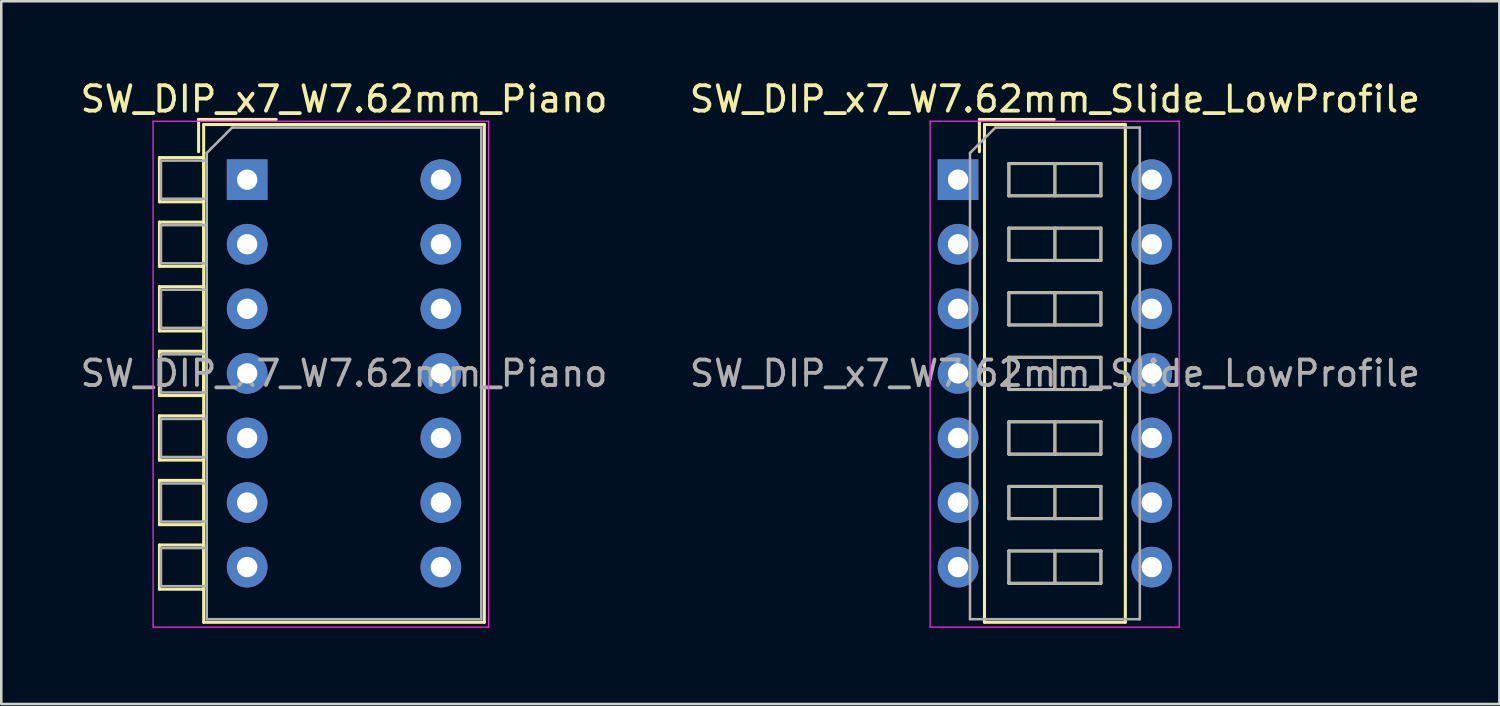
<source format=kicad_pcb>
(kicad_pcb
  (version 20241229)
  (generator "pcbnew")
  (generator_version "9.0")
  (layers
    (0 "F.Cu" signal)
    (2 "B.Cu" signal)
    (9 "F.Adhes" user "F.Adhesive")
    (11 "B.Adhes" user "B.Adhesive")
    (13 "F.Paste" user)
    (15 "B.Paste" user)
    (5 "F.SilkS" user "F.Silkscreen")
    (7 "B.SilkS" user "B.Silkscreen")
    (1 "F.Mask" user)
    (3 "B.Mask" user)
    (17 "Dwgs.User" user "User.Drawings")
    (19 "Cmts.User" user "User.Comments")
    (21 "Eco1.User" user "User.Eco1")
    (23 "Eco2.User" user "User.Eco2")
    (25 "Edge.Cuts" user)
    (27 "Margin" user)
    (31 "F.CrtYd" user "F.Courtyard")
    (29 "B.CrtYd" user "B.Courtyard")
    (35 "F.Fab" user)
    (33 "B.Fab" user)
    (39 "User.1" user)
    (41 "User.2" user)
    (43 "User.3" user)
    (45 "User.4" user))
  (footprint "SW_DIP_x7_W7.62mm_Slide_LowProfile"
    (layer "F.Cu")
    (at 34.636 4.018)
    (property "Reference" "SW_DIP_x7_W7.62mm_Slide_LowProfile" (at 3.81 -3.17 0) (layer "F.SilkS") (effects (font (size 1 1) (thickness 0.15))))
    (attr through_hole)
    (fp_line (start 0.84 -2.37) (end 0.84 -1.1) (stroke (width 0.12) (type solid)) (layer "F.SilkS"))
    (fp_line (start 0.84 -2.37) (end 3.78 -2.37) (stroke (width 0.12) (type solid)) (layer "F.SilkS"))
    (fp_line (start 1.04 -2.17) (end 6.58 -2.17) (stroke (width 0.12) (type solid)) (layer "F.SilkS"))
    (fp_line (start 1.04 17.41) (end 1.04 -2.17) (stroke (width 0.12) (type solid)) (layer "F.SilkS"))
    (fp_line (start 2 -0.635) (end 2 0.635) (stroke (width 0.12) (type solid)) (layer "F.SilkS"))
    (fp_line (start 2 0.635) (end 5.62 0.635) (stroke (width 0.12) (type solid)) (layer "F.SilkS"))
    (fp_line (start 2 1.905) (end 2 3.175) (stroke (width 0.12) (type solid)) (layer "F.SilkS"))
    (fp_line (start 2 3.175) (end 5.62 3.175) (stroke (width 0.12) (type solid)) (layer "F.SilkS"))
    (fp_line (start 2 4.445) (end 2 5.715) (stroke (width 0.12) (type solid)) (layer "F.SilkS"))
    (fp_line (start 2 5.715) (end 5.62 5.715) (stroke (width 0.12) (type solid)) (layer "F.SilkS"))
    (fp_line (start 2 6.985) (end 2 8.255) (stroke (width 0.12) (type solid)) (layer "F.SilkS"))
    (fp_line (start 2 8.255) (end 5.62 8.255) (stroke (width 0.12) (type solid)) (layer "F.SilkS"))
    (fp_line (start 2 9.525) (end 2 10.795) (stroke (width 0.12) (type solid)) (layer "F.SilkS"))
    (fp_line (start 2 10.795) (end 5.62 10.795) (stroke (width 0.12) (type solid)) (layer "F.SilkS"))
    (fp_line (start 2 12.065) (end 2 13.335) (stroke (width 0.12) (type solid)) (layer "F.SilkS"))
    (fp_line (start 2 13.335) (end 5.62 13.335) (stroke (width 0.12) (type solid)) (layer "F.SilkS"))
    (fp_line (start 2 14.605) (end 2 15.875) (stroke (width 0.12) (type solid)) (layer "F.SilkS"))
    (fp_line (start 2 15.875) (end 5.62 15.875) (stroke (width 0.12) (type solid)) (layer "F.SilkS"))
    (fp_line (start 3.81 -0.635) (end 3.81 0.635) (stroke (width 0.12) (type solid)) (layer "F.SilkS"))
    (fp_line (start 3.81 1.905) (end 3.81 3.175) (stroke (width 0.12) (type solid)) (layer "F.SilkS"))
    (fp_line (start 3.81 4.445) (end 3.81 5.715) (stroke (width 0.12) (type solid)) (layer "F.SilkS"))
    (fp_line (start 3.81 6.985) (end 3.81 8.255) (stroke (width 0.12) (type solid)) (layer "F.SilkS"))
    (fp_line (start 3.81 9.525) (end 3.81 10.795) (stroke (width 0.12) (type solid)) (layer "F.SilkS"))
    (fp_line (start 3.81 12.065) (end 3.81 13.335) (stroke (width 0.12) (type solid)) (layer "F.SilkS"))
    (fp_line (start 3.81 14.605) (end 3.81 15.875) (stroke (width 0.12) (type solid)) (layer "F.SilkS"))
    (fp_line (start 5.62 -0.635) (end 2 -0.635) (stroke (width 0.12) (type solid)) (layer "F.SilkS"))
    (fp_line (start 5.62 0.635) (end 5.62 -0.635) (stroke (width 0.12) (type solid)) (layer "F.SilkS"))
    (fp_line (start 5.62 1.905) (end 2 1.905) (stroke (width 0.12) (type solid)) (layer "F.SilkS"))
    (fp_line (start 5.62 3.175) (end 5.62 1.905) (stroke (width 0.12) (type solid)) (layer "F.SilkS"))
    (fp_line (start 5.62 4.445) (end 2 4.445) (stroke (width 0.12) (type solid)) (layer "F.SilkS"))
    (fp_line (start 5.62 5.715) (end 5.62 4.445) (stroke (width 0.12) (type solid)) (layer "F.SilkS"))
    (fp_line (start 5.62 6.985) (end 2 6.985) (stroke (width 0.12) (type solid)) (layer "F.SilkS"))
    (fp_line (start 5.62 8.255) (end 5.62 6.985) (stroke (width 0.12) (type solid)) (layer "F.SilkS"))
    (fp_line (start 5.62 9.525) (end 2 9.525) (stroke (width 0.12) (type solid)) (layer "F.SilkS"))
    (fp_line (start 5.62 10.795) (end 5.62 9.525) (stroke (width 0.12) (type solid)) (layer "F.SilkS"))
    (fp_line (start 5.62 12.065) (end 2 12.065) (stroke (width 0.12) (type solid)) (layer "F.SilkS"))
    (fp_line (start 5.62 13.335) (end 5.62 12.065) (stroke (width 0.12) (type solid)) (layer "F.SilkS"))
    (fp_line (start 5.62 14.605) (end 2 14.605) (stroke (width 0.12) (type solid)) (layer "F.SilkS"))
    (fp_line (start 5.62 15.875) (end 5.62 14.605) (stroke (width 0.12) (type solid)) (layer "F.SilkS"))
    (fp_line (start 6.58 -2.17) (end 6.58 17.41) (stroke (width 0.12) (type solid)) (layer "F.SilkS"))
    (fp_line (start 6.58 17.41) (end 1.04 17.41) (stroke (width 0.12) (type solid)) (layer "F.SilkS"))
    (fp_line (start -1.1 -2.3) (end -1.1 17.6) (stroke (width 0.05) (type solid)) (layer "F.CrtYd"))
    (fp_line (start -1.1 17.6) (end 8.7 17.6) (stroke (width 0.05) (type solid)) (layer "F.CrtYd"))
    (fp_line (start 8.7 -2.3) (end -1.1 -2.3) (stroke (width 0.05) (type solid)) (layer "F.CrtYd"))
    (fp_line (start 8.7 17.6) (end 8.7 -2.3) (stroke (width 0.05) (type solid)) (layer "F.CrtYd"))
    (fp_line (start 0.47 -1.05) (end 1.47 -2.05) (stroke (width 0.1) (type solid)) (layer "F.Fab"))
    (fp_line (start 0.47 17.29) (end 0.47 -1.05) (stroke (width 0.1) (type solid)) (layer "F.Fab"))
    (fp_line (start 1.47 -2.05) (end 7.15 -2.05) (stroke (width 0.1) (type solid)) (layer "F.Fab"))
    (fp_line (start 2 -0.635) (end 2 0.635) (stroke (width 0.1) (type solid)) (layer "F.Fab"))
    (fp_line (start 2 0.635) (end 5.62 0.635) (stroke (width 0.1) (type solid)) (layer "F.Fab"))
    (fp_line (start 2 1.905) (end 2 3.175) (stroke (width 0.1) (type solid)) (layer "F.Fab"))
    (fp_line (start 2 3.175) (end 5.62 3.175) (stroke (width 0.1) (type solid)) (layer "F.Fab"))
    (fp_line (start 2 4.445) (end 2 5.715) (stroke (width 0.1) (type solid)) (layer "F.Fab"))
    (fp_line (start 2 5.715) (end 5.62 5.715) (stroke (width 0.1) (type solid)) (layer "F.Fab"))
    (fp_line (start 2 6.985) (end 2 8.255) (stroke (width 0.1) (type solid)) (layer "F.Fab"))
    (fp_line (start 2 8.255) (end 5.62 8.255) (stroke (width 0.1) (type solid)) (layer "F.Fab"))
    (fp_line (start 2 9.525) (end 2 10.795) (stroke (width 0.1) (type solid)) (layer "F.Fab"))
    (fp_line (start 2 10.795) (end 5.62 10.795) (stroke (width 0.1) (type solid)) (layer "F.Fab"))
    (fp_line (start 2 12.065) (end 2 13.335) (stroke (width 0.1) (type solid)) (layer "F.Fab"))
    (fp_line (start 2 13.335) (end 5.62 13.335) (stroke (width 0.1) (type solid)) (layer "F.Fab"))
    (fp_line (start 2 14.605) (end 2 15.875) (stroke (width 0.1) (type solid)) (layer "F.Fab"))
    (fp_line (start 2 15.875) (end 5.62 15.875) (stroke (width 0.1) (type solid)) (layer "F.Fab"))
    (fp_line (start 3.81 -0.635) (end 3.81 0.635) (stroke (width 0.1) (type solid)) (layer "F.Fab"))
    (fp_line (start 3.81 1.905) (end 3.81 3.175) (stroke (width 0.1) (type solid)) (layer "F.Fab"))
    (fp_line (start 3.81 4.445) (end 3.81 5.715) (stroke (width 0.1) (type solid)) (layer "F.Fab"))
    (fp_line (start 3.81 6.985) (end 3.81 8.255) (stroke (width 0.1) (type solid)) (layer "F.Fab"))
    (fp_line (start 3.81 9.525) (end 3.81 10.795) (stroke (width 0.1) (type solid)) (layer "F.Fab"))
    (fp_line (start 3.81 12.065) (end 3.81 13.335) (stroke (width 0.1) (type solid)) (layer "F.Fab"))
    (fp_line (start 3.81 14.605) (end 3.81 15.875) (stroke (width 0.1) (type solid)) (layer "F.Fab"))
    (fp_line (start 5.62 -0.635) (end 2 -0.635) (stroke (width 0.1) (type solid)) (layer "F.Fab"))
    (fp_line (start 5.62 0.635) (end 5.62 -0.635) (stroke (width 0.1) (type solid)) (layer "F.Fab"))
    (fp_line (start 5.62 1.905) (end 2 1.905) (stroke (width 0.1) (type solid)) (layer "F.Fab"))
    (fp_line (start 5.62 3.175) (end 5.62 1.905) (stroke (width 0.1) (type solid)) (layer "F.Fab"))
    (fp_line (start 5.62 4.445) (end 2 4.445) (stroke (width 0.1) (type solid)) (layer "F.Fab"))
    (fp_line (start 5.62 5.715) (end 5.62 4.445) (stroke (width 0.1) (type solid)) (layer "F.Fab"))
    (fp_line (start 5.62 6.985) (end 2 6.985) (stroke (width 0.1) (type solid)) (layer "F.Fab"))
    (fp_line (start 5.62 8.255) (end 5.62 6.985) (stroke (width 0.1) (type solid)) (layer "F.Fab"))
    (fp_line (start 5.62 9.525) (end 2 9.525) (stroke (width 0.1) (type solid)) (layer "F.Fab"))
    (fp_line (start 5.62 10.795) (end 5.62 9.525) (stroke (width 0.1) (type solid)) (layer "F.Fab"))
    (fp_line (start 5.62 12.065) (end 2 12.065) (stroke (width 0.1) (type solid)) (layer "F.Fab"))
    (fp_line (start 5.62 13.335) (end 5.62 12.065) (stroke (width 0.1) (type solid)) (layer "F.Fab"))
    (fp_line (start 5.62 14.605) (end 2 14.605) (stroke (width 0.1) (type solid)) (layer "F.Fab"))
    (fp_line (start 5.62 15.875) (end 5.62 14.605) (stroke (width 0.1) (type solid)) (layer "F.Fab"))
    (fp_line (start 7.15 -2.05) (end 7.15 17.29) (stroke (width 0.1) (type solid)) (layer "F.Fab"))
    (fp_line (start 7.15 17.29) (end 0.47 17.29) (stroke (width 0.1) (type solid)) (layer "F.Fab"))
    (fp_text user "${REFERENCE}" (at 3.81 7.62 0) (layer "F.Fab") (effects (font (size 1 1) (thickness 0.15))))
    (pad "1" thru_hole rect (at 0 0) (size 1.6 1.6) (drill 0.8) (layers "*.Cu" "*.Mask"))
    (pad "2" thru_hole oval (at 0 2.54) (size 1.6 1.6) (drill 0.8) (layers "*.Cu" "*.Mask"))
    (pad "3" thru_hole oval (at 0 5.08) (size 1.6 1.6) (drill 0.8) (layers "*.Cu" "*.Mask"))
    (pad "4" thru_hole oval (at 0 7.62) (size 1.6 1.6) (drill 0.8) (layers "*.Cu" "*.Mask"))
    (pad "5" thru_hole oval (at 0 10.16) (size 1.6 1.6) (drill 0.8) (layers "*.Cu" "*.Mask"))
    (pad "6" thru_hole oval (at 0 12.7) (size 1.6 1.6) (drill 0.8) (layers "*.Cu" "*.Mask"))
    (pad "7" thru_hole oval (at 0 15.24) (size 1.6 1.6) (drill 0.8) (layers "*.Cu" "*.Mask"))
    (pad "8" thru_hole oval (at 7.62 15.24) (size 1.6 1.6) (drill 0.8) (layers "*.Cu" "*.Mask"))
    (pad "9" thru_hole oval (at 7.62 12.7) (size 1.6 1.6) (drill 0.8) (layers "*.Cu" "*.Mask"))
    (pad "10" thru_hole oval (at 7.62 10.16) (size 1.6 1.6) (drill 0.8) (layers "*.Cu" "*.Mask"))
    (pad "11" thru_hole oval (at 7.62 7.62) (size 1.6 1.6) (drill 0.8) (layers "*.Cu" "*.Mask"))
    (pad "12" thru_hole oval (at 7.62 5.08) (size 1.6 1.6) (drill 0.8) (layers "*.Cu" "*.Mask"))
    (pad "13" thru_hole oval (at 7.62 2.54) (size 1.6 1.6) (drill 0.8) (layers "*.Cu" "*.Mask"))
    (pad "14" thru_hole oval (at 7.62 0) (size 1.6 1.6) (drill 0.8) (layers "*.Cu" "*.Mask")))
  (footprint "SW_DIP_x7_W7.62mm_Piano"
    (layer "F.Cu")
    (at 6.672 4.018)
    (property "Reference" "SW_DIP_x7_W7.62mm_Piano" (at 3.81 -3.17 0) (layer "F.SilkS") (effects (font (size 1 1) (thickness 0.15))))
    (attr through_hole)
    (fp_line (start -3.45 -0.87) (end -3.45 0.87) (stroke (width 0.12) (type solid)) (layer "F.SilkS"))
    (fp_line (start -3.45 0.87) (end -1.71 0.87) (stroke (width 0.12) (type solid)) (layer "F.SilkS"))
    (fp_line (start -3.45 1.67) (end -3.45 3.41) (stroke (width 0.12) (type solid)) (layer "F.SilkS"))
    (fp_line (start -3.45 3.41) (end -1.71 3.41) (stroke (width 0.12) (type solid)) (layer "F.SilkS"))
    (fp_line (start -3.45 4.21) (end -3.45 5.95) (stroke (width 0.12) (type solid)) (layer "F.SilkS"))
    (fp_line (start -3.45 5.95) (end -1.71 5.95) (stroke (width 0.12) (type solid)) (layer "F.SilkS"))
    (fp_line (start -3.45 6.75) (end -3.45 8.49) (stroke (width 0.12) (type solid)) (layer "F.SilkS"))
    (fp_line (start -3.45 8.49) (end -1.71 8.49) (stroke (width 0.12) (type solid)) (layer "F.SilkS"))
    (fp_line (start -3.45 9.29) (end -3.45 11.03) (stroke (width 0.12) (type solid)) (layer "F.SilkS"))
    (fp_line (start -3.45 11.03) (end -1.71 11.03) (stroke (width 0.12) (type solid)) (layer "F.SilkS"))
    (fp_line (start -3.45 11.83) (end -3.45 13.57) (stroke (width 0.12) (type solid)) (layer "F.SilkS"))
    (fp_line (start -3.45 13.57) (end -1.71 13.57) (stroke (width 0.12) (type solid)) (layer "F.SilkS"))
    (fp_line (start -3.45 14.37) (end -3.45 16.11) (stroke (width 0.12) (type solid)) (layer "F.SilkS"))
    (fp_line (start -3.45 16.11) (end -1.71 16.11) (stroke (width 0.12) (type solid)) (layer "F.SilkS"))
    (fp_line (start -1.91 -2.37) (end -1.91 -1.1) (stroke (width 0.12) (type solid)) (layer "F.SilkS"))
    (fp_line (start -1.91 -2.37) (end 1.14 -2.37) (stroke (width 0.12) (type solid)) (layer "F.SilkS"))
    (fp_line (start -1.71 -2.17) (end 9.33 -2.17) (stroke (width 0.12) (type solid)) (layer "F.SilkS"))
    (fp_line (start -1.71 -0.87) (end -3.45 -0.87) (stroke (width 0.12) (type solid)) (layer "F.SilkS"))
    (fp_line (start -1.71 0.87) (end -1.71 -0.87) (stroke (width 0.12) (type solid)) (layer "F.SilkS"))
    (fp_line (start -1.71 1.67) (end -3.45 1.67) (stroke (width 0.12) (type solid)) (layer "F.SilkS"))
    (fp_line (start -1.71 3.41) (end -1.71 1.67) (stroke (width 0.12) (type solid)) (layer "F.SilkS"))
    (fp_line (start -1.71 4.21) (end -3.45 4.21) (stroke (width 0.12) (type solid)) (layer "F.SilkS"))
    (fp_line (start -1.71 5.95) (end -1.71 4.21) (stroke (width 0.12) (type solid)) (layer "F.SilkS"))
    (fp_line (start -1.71 6.75) (end -3.45 6.75) (stroke (width 0.12) (type solid)) (layer "F.SilkS"))
    (fp_line (start -1.71 8.49) (end -1.71 6.75) (stroke (width 0.12) (type solid)) (layer "F.SilkS"))
    (fp_line (start -1.71 9.29) (end -3.45 9.29) (stroke (width 0.12) (type solid)) (layer "F.SilkS"))
    (fp_line (start -1.71 11.03) (end -1.71 9.29) (stroke (width 0.12) (type solid)) (layer "F.SilkS"))
    (fp_line (start -1.71 11.83) (end -3.45 11.83) (stroke (width 0.12) (type solid)) (layer "F.SilkS"))
    (fp_line (start -1.71 13.57) (end -1.71 11.83) (stroke (width 0.12) (type solid)) (layer "F.SilkS"))
    (fp_line (start -1.71 14.37) (end -3.45 14.37) (stroke (width 0.12) (type solid)) (layer "F.SilkS"))
    (fp_line (start -1.71 16.11) (end -1.71 14.37) (stroke (width 0.12) (type solid)) (layer "F.SilkS"))
    (fp_line (start -1.71 17.41) (end -1.71 -2.17) (stroke (width 0.12) (type solid)) (layer "F.SilkS"))
    (fp_line (start 9.33 -2.17) (end 9.33 17.41) (stroke (width 0.12) (type solid)) (layer "F.SilkS"))
    (fp_line (start 9.33 17.41) (end -1.71 17.41) (stroke (width 0.12) (type solid)) (layer "F.SilkS"))
    (fp_line (start -3.7 -2.3) (end -3.7 17.6) (stroke (width 0.05) (type solid)) (layer "F.CrtYd"))
    (fp_line (start -3.7 17.6) (end 9.5 17.6) (stroke (width 0.05) (type solid)) (layer "F.CrtYd"))
    (fp_line (start 9.5 -2.3) (end -3.7 -2.3) (stroke (width 0.05) (type solid)) (layer "F.CrtYd"))
    (fp_line (start 9.5 17.6) (end 9.5 -2.3) (stroke (width 0.05) (type solid)) (layer "F.CrtYd"))
    (fp_line (start -3.39 -0.75) (end -1.59 -0.75) (stroke (width 0.1) (type solid)) (layer "F.Fab"))
    (fp_line (start -3.39 0.75) (end -3.39 -0.75) (stroke (width 0.1) (type solid)) (layer "F.Fab"))
    (fp_line (start -3.39 1.79) (end -1.59 1.79) (stroke (width 0.1) (type solid)) (layer "F.Fab"))
    (fp_line (start -3.39 3.29) (end -3.39 1.79) (stroke (width 0.1) (type solid)) (layer "F.Fab"))
    (fp_line (start -3.39 4.33) (end -1.59 4.33) (stroke (width 0.1) (type solid)) (layer "F.Fab"))
    (fp_line (start -3.39 5.83) (end -3.39 4.33) (stroke (width 0.1) (type solid)) (layer "F.Fab"))
    (fp_line (start -3.39 6.87) (end -1.59 6.87) (stroke (width 0.1) (type solid)) (layer "F.Fab"))
    (fp_line (start -3.39 8.37) (end -3.39 6.87) (stroke (width 0.1) (type solid)) (layer "F.Fab"))
    (fp_line (start -3.39 9.41) (end -1.59 9.41) (stroke (width 0.1) (type solid)) (layer "F.Fab"))
    (fp_line (start -3.39 10.91) (end -3.39 9.41) (stroke (width 0.1) (type solid)) (layer "F.Fab"))
    (fp_line (start -3.39 11.95) (end -1.59 11.95) (stroke (width 0.1) (type solid)) (layer "F.Fab"))
    (fp_line (start -3.39 13.45) (end -3.39 11.95) (stroke (width 0.1) (type solid)) (layer "F.Fab"))
    (fp_line (start -3.39 14.49) (end -1.59 14.49) (stroke (width 0.1) (type solid)) (layer "F.Fab"))
    (fp_line (start -3.39 15.99) (end -3.39 14.49) (stroke (width 0.1) (type solid)) (layer "F.Fab"))
    (fp_line (start -1.59 -1.05) (end -0.59 -2.05) (stroke (width 0.1) (type solid)) (layer "F.Fab"))
    (fp_line (start -1.59 -0.75) (end -1.59 0.75) (stroke (width 0.1) (type solid)) (layer "F.Fab"))
    (fp_line (start -1.59 0.75) (end -3.39 0.75) (stroke (width 0.1) (type solid)) (layer "F.Fab"))
    (fp_line (start -1.59 1.79) (end -1.59 3.29) (stroke (width 0.1) (type solid)) (layer "F.Fab"))
    (fp_line (start -1.59 3.29) (end -3.39 3.29) (stroke (width 0.1) (type solid)) (layer "F.Fab"))
    (fp_line (start -1.59 4.33) (end -1.59 5.83) (stroke (width 0.1) (type solid)) (layer "F.Fab"))
    (fp_line (start -1.59 5.83) (end -3.39 5.83) (stroke (width 0.1) (type solid)) (layer "F.Fab"))
    (fp_line (start -1.59 6.87) (end -1.59 8.37) (stroke (width 0.1) (type solid)) (layer "F.Fab"))
    (fp_line (start -1.59 8.37) (end -3.39 8.37) (stroke (width 0.1) (type solid)) (layer "F.Fab"))
    (fp_line (start -1.59 9.41) (end -1.59 10.91) (stroke (width 0.1) (type solid)) (layer "F.Fab"))
    (fp_line (start -1.59 10.91) (end -3.39 10.91) (stroke (width 0.1) (type solid)) (layer "F.Fab"))
    (fp_line (start -1.59 11.95) (end -1.59 13.45) (stroke (width 0.1) (type solid)) (layer "F.Fab"))
    (fp_line (start -1.59 13.45) (end -3.39 13.45) (stroke (width 0.1) (type solid)) (layer "F.Fab"))
    (fp_line (start -1.59 14.49) (end -1.59 15.99) (stroke (width 0.1) (type solid)) (layer "F.Fab"))
    (fp_line (start -1.59 15.99) (end -3.39 15.99) (stroke (width 0.1) (type solid)) (layer "F.Fab"))
    (fp_line (start -1.59 17.29) (end -1.59 -1.05) (stroke (width 0.1) (type solid)) (layer "F.Fab"))
    (fp_line (start -0.59 -2.05) (end 9.21 -2.05) (stroke (width 0.1) (type solid)) (layer "F.Fab"))
    (fp_line (start 9.21 -2.05) (end 9.21 17.29) (stroke (width 0.1) (type solid)) (layer "F.Fab"))
    (fp_line (start 9.21 17.29) (end -1.59 17.29) (stroke (width 0.1) (type solid)) (layer "F.Fab"))
    (fp_text user "${REFERENCE}" (at 3.81 7.62 0) (layer "F.Fab") (effects (font (size 1 1) (thickness 0.15))))
    (pad "1" thru_hole rect (at 0 0) (size 1.6 1.6) (drill 0.8) (layers "*.Cu" "*.Mask"))
    (pad "2" thru_hole oval (at 0 2.54) (size 1.6 1.6) (drill 0.8) (layers "*.Cu" "*.Mask"))
    (pad "3" thru_hole oval (at 0 5.08) (size 1.6 1.6) (drill 0.8) (layers "*.Cu" "*.Mask"))
    (pad "4" thru_hole oval (at 0 7.62) (size 1.6 1.6) (drill 0.8) (layers "*.Cu" "*.Mask"))
    (pad "5" thru_hole oval (at 0 10.16) (size 1.6 1.6) (drill 0.8) (layers "*.Cu" "*.Mask"))
    (pad "6" thru_hole oval (at 0 12.7) (size 1.6 1.6) (drill 0.8) (layers "*.Cu" "*.Mask"))
    (pad "7" thru_hole oval (at 0 15.24) (size 1.6 1.6) (drill 0.8) (layers "*.Cu" "*.Mask"))
    (pad "8" thru_hole oval (at 7.62 15.24) (size 1.6 1.6) (drill 0.8) (layers "*.Cu" "*.Mask"))
    (pad "9" thru_hole oval (at 7.62 12.7) (size 1.6 1.6) (drill 0.8) (layers "*.Cu" "*.Mask"))
    (pad "10" thru_hole oval (at 7.62 10.16) (size 1.6 1.6) (drill 0.8) (layers "*.Cu" "*.Mask"))
    (pad "11" thru_hole oval (at 7.62 7.62) (size 1.6 1.6) (drill 0.8) (layers "*.Cu" "*.Mask"))
    (pad "12" thru_hole oval (at 7.62 5.08) (size 1.6 1.6) (drill 0.8) (layers "*.Cu" "*.Mask"))
    (pad "13" thru_hole oval (at 7.62 2.54) (size 1.6 1.6) (drill 0.8) (layers "*.Cu" "*.Mask"))
    (pad "14" thru_hole oval (at 7.62 0) (size 1.6 1.6) (drill 0.8) (layers "*.Cu" "*.Mask")))
  (gr_rect
    (start -3 -3)
    (end 55.929 24.643)
    (stroke (width 0.1) (type default))
    (fill no)
    (layer "Edge.Cuts")))
</source>
